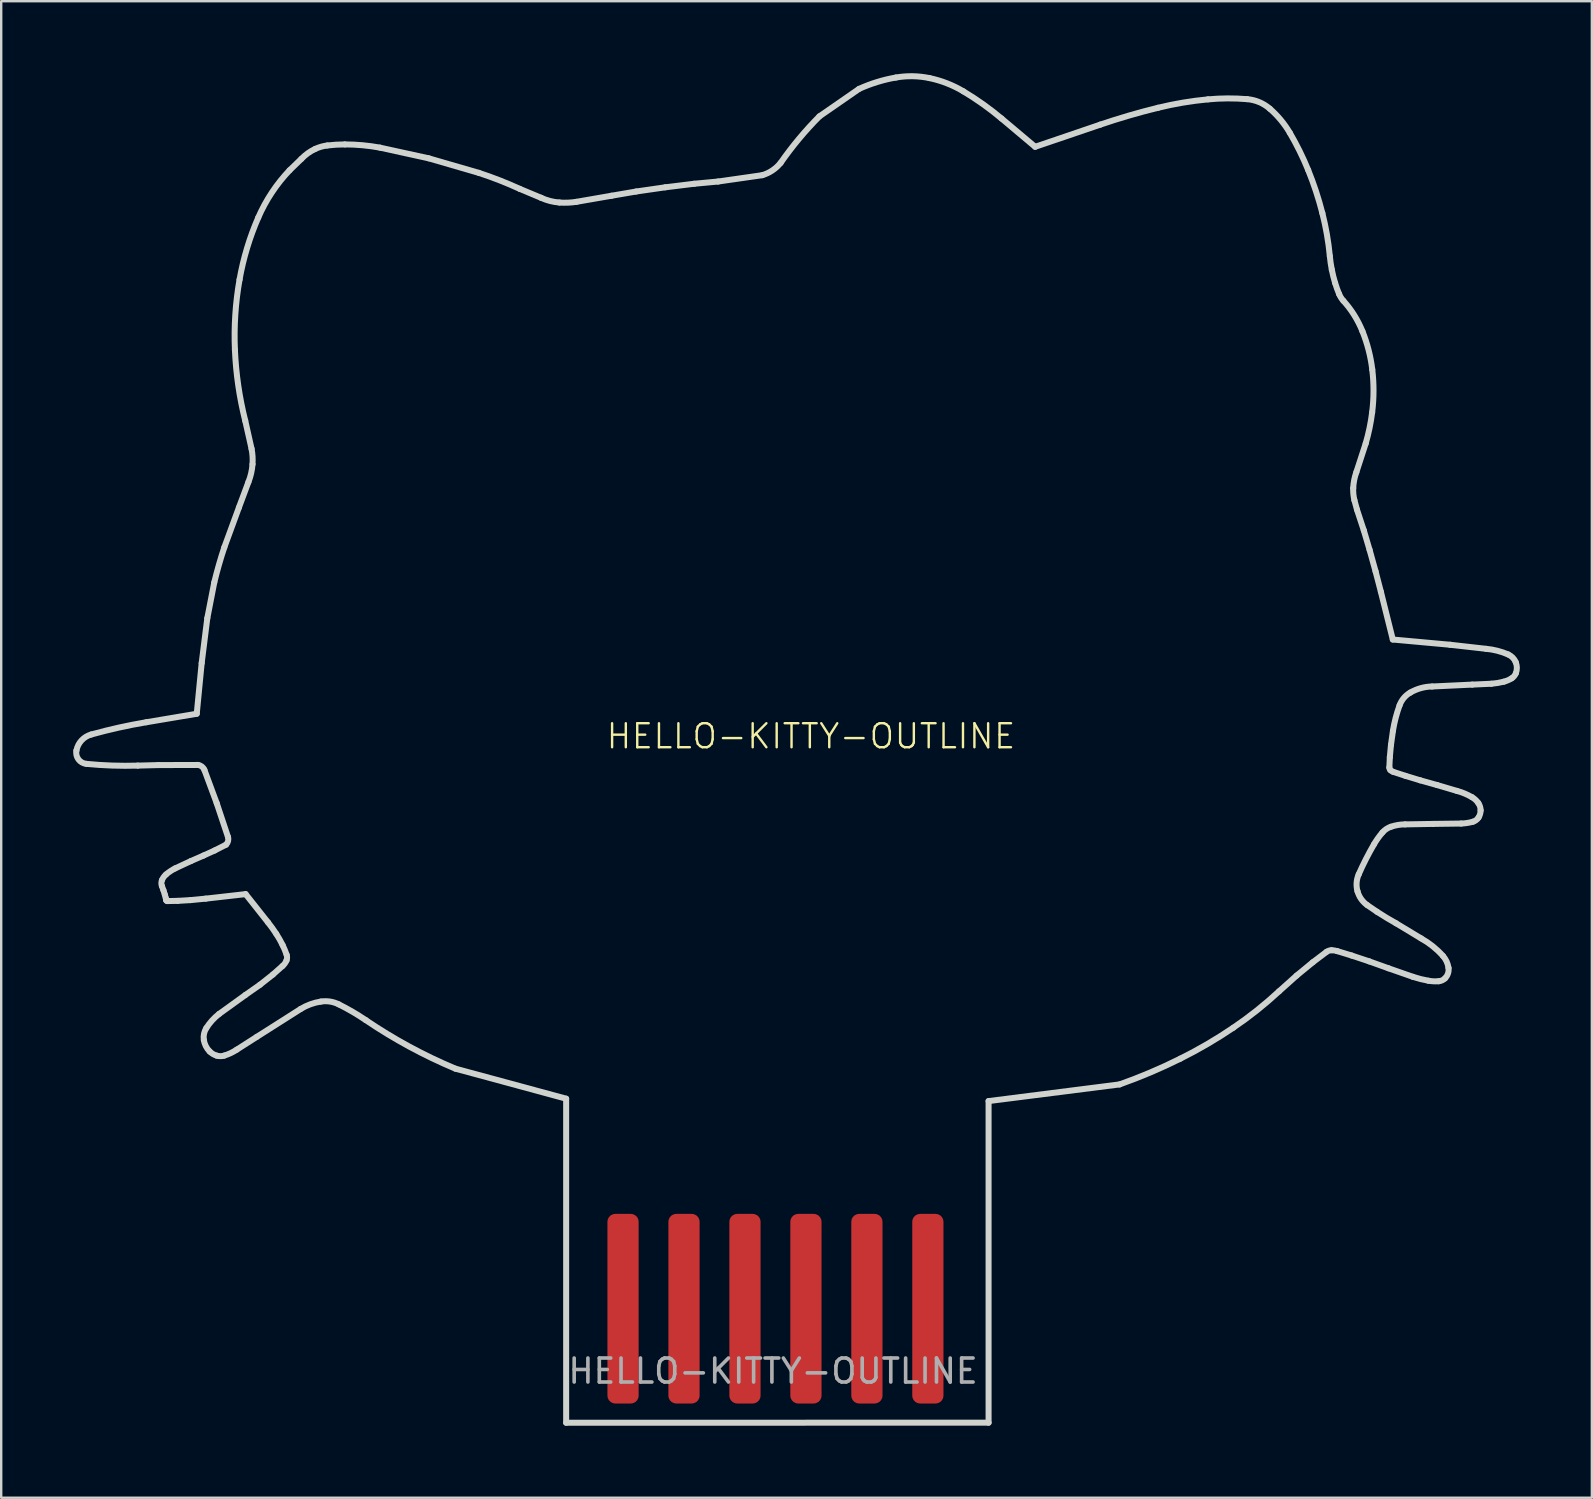
<source format=kicad_pcb>
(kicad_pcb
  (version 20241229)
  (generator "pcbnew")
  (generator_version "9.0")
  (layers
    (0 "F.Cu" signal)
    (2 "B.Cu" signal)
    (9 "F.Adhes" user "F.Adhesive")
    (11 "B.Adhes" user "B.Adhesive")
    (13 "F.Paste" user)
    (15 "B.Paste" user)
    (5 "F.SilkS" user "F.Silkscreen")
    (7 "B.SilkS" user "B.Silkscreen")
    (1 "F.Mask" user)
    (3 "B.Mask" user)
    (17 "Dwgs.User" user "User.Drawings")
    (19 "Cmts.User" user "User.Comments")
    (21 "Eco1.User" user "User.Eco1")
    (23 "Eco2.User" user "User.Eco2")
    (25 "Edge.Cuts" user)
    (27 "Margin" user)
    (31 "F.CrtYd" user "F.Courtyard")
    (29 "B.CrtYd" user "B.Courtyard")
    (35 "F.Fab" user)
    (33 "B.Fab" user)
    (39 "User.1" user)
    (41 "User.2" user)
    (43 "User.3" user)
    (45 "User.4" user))
  (footprint "HELLO-KITTY-OUTLINE"
    (layer "F.Cu")
    (at 30.738 28.125)
    (property "Reference" "HELLO-KITTY-OUTLINE" (at 0 -0.5 0) (unlocked yes) (layer "F.SilkS") (effects (font (size 1 1) (thickness 0.1))))
    (attr smd)
    (fp_line (start -28.047 0.723) (end -27.19 0.701) (stroke (width 0.25) (type default)) (layer "Edge.Cuts"))
    (fp_line (start -27.19 0.701) (end -25.54 0.696) (stroke (width 0.25) (type default)) (layer "Edge.Cuts"))
    (fp_line (start -27.043 5.739) (end -26.977 5.92) (stroke (width 0.25) (type default)) (layer "Edge.Cuts"))
    (fp_line (start -26.977 5.92) (end -26.922 6.094) (stroke (width 0.25) (type default)) (layer "Edge.Cuts"))
    (fp_line (start -26.922 6.094) (end -26.881 6.242) (stroke (width 0.25) (type default)) (layer "Edge.Cuts"))
    (fp_line (start -26.822 6.367) (end -26.384 6.358) (stroke (width 0.25) (type default)) (layer "Edge.Cuts"))
    (fp_line (start -26.384 6.358) (end -25.849 6.327) (stroke (width 0.25) (type default)) (layer "Edge.Cuts"))
    (fp_line (start -25.849 6.327) (end -25.213 6.265) (stroke (width 0.25) (type default)) (layer "Edge.Cuts"))
    (fp_line (start -25.839 4.702) (end -26.495 5.008) (stroke (width 0.25) (type default)) (layer "Edge.Cuts"))
    (fp_line (start -25.591 -1.437) (end -27.694 -1.083) (stroke (width 0.25) (type default)) (layer "Edge.Cuts"))
    (fp_line (start -25.385 -3.553) (end -25.591 -1.437) (stroke (width 0.25) (type default)) (layer "Edge.Cuts"))
    (fp_line (start -25.306 4.469) (end -25.839 4.702) (stroke (width 0.25) (type default)) (layer "Edge.Cuts"))
    (fp_line (start -25.271 0.906) (end -24.759 2.288) (stroke (width 0.25) (type default)) (layer "Edge.Cuts"))
    (fp_line (start -25.213 6.265) (end -23.554 6.077) (stroke (width 0.25) (type default)) (layer "Edge.Cuts"))
    (fp_line (start -25.151 -5.419) (end -25.385 -3.553) (stroke (width 0.25) (type default)) (layer "Edge.Cuts"))
    (fp_line (start -24.86 -6.912) (end -25.151 -5.419) (stroke (width 0.25) (type default)) (layer "Edge.Cuts"))
    (fp_line (start -24.841 4.258) (end -25.306 4.469) (stroke (width 0.25) (type default)) (layer "Edge.Cuts"))
    (fp_line (start -24.759 2.288) (end -24.291 3.692) (stroke (width 0.25) (type default)) (layer "Edge.Cuts"))
    (fp_line (start -24.371 4.018) (end -24.841 4.258) (stroke (width 0.25) (type default)) (layer "Edge.Cuts"))
    (fp_line (start -23.926 12.559) (end -23.094 12.027) (stroke (width 0.25) (type default)) (layer "Edge.Cuts"))
    (fp_line (start -23.834 -10.03) (end -24.441 -8.374) (stroke (width 0.25) (type default)) (layer "Edge.Cuts"))
    (fp_line (start -23.57 -13.645) (end -23.307 -12.477) (stroke (width 0.25) (type default)) (layer "Edge.Cuts"))
    (fp_line (start -23.565 10.28) (end -24.661 11.071) (stroke (width 0.25) (type default)) (layer "Edge.Cuts"))
    (fp_line (start -23.554 6.077) (end -22.624 7.252) (stroke (width 0.25) (type default)) (layer "Edge.Cuts"))
    (fp_line (start -23.439 -11.089) (end -23.834 -10.03) (stroke (width 0.25) (type default)) (layer "Edge.Cuts"))
    (fp_line (start -23.094 12.027) (end -21.261 10.862) (stroke (width 0.25) (type default)) (layer "Edge.Cuts"))
    (fp_line (start -22.957 9.854) (end -23.565 10.28) (stroke (width 0.25) (type default)) (layer "Edge.Cuts"))
    (fp_line (start -22.419 9.429) (end -22.957 9.854) (stroke (width 0.25) (type default)) (layer "Edge.Cuts"))
    (fp_line (start -22.018 9.072) (end -22.419 9.429) (stroke (width 0.25) (type default)) (layer "Edge.Cuts"))
    (fp_line (start -21.235 -24.552) (end -21.723 -24.08) (stroke (width 0.25) (type default)) (layer "Edge.Cuts"))
    (fp_line (start -15.927 -24.579) (end -17.959 -25.024) (stroke (width 0.25) (type default)) (layer "Edge.Cuts"))
    (fp_line (start -14.813 13.35) (end -10.2 14.6) (stroke (width 0.25) (type default)) (layer "Edge.Cuts"))
    (fp_line (start -13.836 -23.972) (end -15.927 -24.579) (stroke (width 0.25) (type default)) (layer "Edge.Cuts"))
    (fp_line (start -11.244 -22.934) (end -12.131 -23.305) (stroke (width 0.25) (type default)) (layer "Edge.Cuts"))
    (fp_line (start -10.2 14.6) (end -10.2 28.101) (stroke (width 0.25) (type default)) (layer "Edge.Cuts"))
    (fp_line (start -10.2 28.101) (end 7.4 28.099) (stroke (width 0.25) (type default)) (layer "Edge.Cuts"))
    (fp_line (start -8.308 -23.02) (end -9.773 -22.766) (stroke (width 0.25) (type default)) (layer "Edge.Cuts"))
    (fp_line (start -7.284 -23.196) (end -8.308 -23.02) (stroke (width 0.25) (type default)) (layer "Edge.Cuts"))
    (fp_line (start -6.071 -23.371) (end -7.284 -23.196) (stroke (width 0.25) (type default)) (layer "Edge.Cuts"))
    (fp_line (start -4.865 -23.519) (end -6.071 -23.371) (stroke (width 0.25) (type default)) (layer "Edge.Cuts"))
    (fp_line (start -3.868 -23.612) (end -4.865 -23.519) (stroke (width 0.25) (type default)) (layer "Edge.Cuts"))
    (fp_line (start -3.868 -23.612) (end -2.028 -23.876) (stroke (width 0.25) (type default)) (layer "Edge.Cuts"))
    (fp_line (start 0.352 -26.327) (end 2.006 -27.473) (stroke (width 0.25) (type default)) (layer "Edge.Cuts"))
    (fp_line (start 7.4 14.7) (end 7.4 28.1) (stroke (width 0.25) (type default)) (layer "Edge.Cuts"))
    (fp_line (start 9.34 -25.059) (end 7.941 -26.236) (stroke (width 0.25) (type default)) (layer "Edge.Cuts"))
    (fp_line (start 12.055 -25.983) (end 9.34 -25.059) (stroke (width 0.25) (type default)) (layer "Edge.Cuts"))
    (fp_line (start 12.858 14.006) (end 7.4 14.7) (stroke (width 0.25) (type default)) (layer "Edge.Cuts"))
    (fp_line (start 19.501 10.128) (end 20.233 9.472) (stroke (width 0.25) (type default)) (layer "Edge.Cuts"))
    (fp_line (start 20.233 9.472) (end 20.905 8.919) (stroke (width 0.25) (type default)) (layer "Edge.Cuts"))
    (fp_line (start 20.905 8.919) (end 21.479 8.484) (stroke (width 0.25) (type default)) (layer "Edge.Cuts"))
    (fp_line (start 21.926 8.452) (end 22.528 8.636) (stroke (width 0.25) (type default)) (layer "Edge.Cuts"))
    (fp_line (start 22.528 8.636) (end 23.259 8.879) (stroke (width 0.25) (type default)) (layer "Edge.Cuts"))
    (fp_line (start 22.723 -11.504) (end 23.112 -12.699) (stroke (width 0.25) (type default)) (layer "Edge.Cuts"))
    (fp_line (start 23.033 -9.078) (end 22.748 -9.943) (stroke (width 0.25) (type default)) (layer "Edge.Cuts"))
    (fp_line (start 23.259 8.879) (end 24.06 9.167) (stroke (width 0.25) (type default)) (layer "Edge.Cuts"))
    (fp_line (start 23.275 -8.263) (end 23.033 -9.078) (stroke (width 0.25) (type default)) (layer "Edge.Cuts"))
    (fp_line (start 23.524 -7.368) (end 23.275 -8.263) (stroke (width 0.25) (type default)) (layer "Edge.Cuts"))
    (fp_line (start 23.586 6.814) (end 23.177 6.536) (stroke (width 0.25) (type default)) (layer "Edge.Cuts"))
    (fp_line (start 23.744 -6.522) (end 23.524 -7.368) (stroke (width 0.25) (type default)) (layer "Edge.Cuts"))
    (fp_line (start 24.06 9.167) (end 25.076 9.522) (stroke (width 0.25) (type default)) (layer "Edge.Cuts"))
    (fp_line (start 24.098 0.795) (end 24.117 0.376) (stroke (width 0.25) (type default)) (layer "Edge.Cuts"))
    (fp_line (start 24.117 0.376) (end 24.165 -0.14) (stroke (width 0.25) (type default)) (layer "Edge.Cuts"))
    (fp_line (start 24.165 -0.14) (end 24.247 -0.725) (stroke (width 0.25) (type default)) (layer "Edge.Cuts"))
    (fp_line (start 24.241 -4.53) (end 23.744 -6.522) (stroke (width 0.25) (type default)) (layer "Edge.Cuts"))
    (fp_line (start 24.753 3.172) (end 25.925 3.152) (stroke (width 0.25) (type default)) (layer "Edge.Cuts"))
    (fp_line (start 24.768 1.149) (end 24.252 0.98) (stroke (width 0.25) (type default)) (layer "Edge.Cuts"))
    (fp_line (start 25.383 1.336) (end 24.768 1.149) (stroke (width 0.25) (type default)) (layer "Edge.Cuts"))
    (fp_line (start 25.42 7.922) (end 24.372 7.289) (stroke (width 0.25) (type default)) (layer "Edge.Cuts"))
    (fp_line (start 25.881 -2.573) (end 27.553 -2.652) (stroke (width 0.25) (type default)) (layer "Edge.Cuts"))
    (fp_line (start 25.925 3.152) (end 27.088 3.137) (stroke (width 0.25) (type default)) (layer "Edge.Cuts"))
    (fp_line (start 26.087 1.533) (end 25.383 1.336) (stroke (width 0.25) (type default)) (layer "Edge.Cuts"))
    (fp_line (start 26.63 -4.312) (end 24.241 -4.53) (stroke (width 0.25) (type default)) (layer "Edge.Cuts"))
    (fp_line (start 26.913 1.777) (end 26.087 1.533) (stroke (width 0.25) (type default)) (layer "Edge.Cuts"))
    (fp_line (start 27.553 -2.652) (end 28.349 -2.688) (stroke (width 0.25) (type default)) (layer "Edge.Cuts"))
    (fp_line (start 28.127 -4.143) (end 26.63 -4.312) (stroke (width 0.25) (type default)) (layer "Edge.Cuts"))
    (fp_arc (start -30.604343 0.093803) (mid -30.390997 -0.326945) (end -29.988346 -0.572743) (stroke (width 0.25) (type default)) (layer "Edge.Cuts"))
    (fp_arc (start -30.190135 0.65016) (mid -30.520244 0.463559) (end -30.604343 0.093803) (stroke (width 0.25) (type default)) (layer "Edge.Cuts"))
    (fp_arc (start -29.988346 -0.572743) (mid -28.847969 -0.858102) (end -27.694228 -1.083422) (stroke (width 0.25) (type default)) (layer "Edge.Cuts"))
    (fp_arc (start -28.046533 0.723104) (mid -29.119506 0.721083) (end -30.190135 0.65016) (stroke (width 0.25) (type default)) (layer "Edge.Cuts"))
    (fp_arc (start -27.042804 5.738686) (mid -27.064781 5.616567) (end -27.04012 5.494961) (stroke (width 0.25) (type default)) (layer "Edge.Cuts"))
    (fp_arc (start -27.04012 5.494961) (mid -26.96928 5.367218) (end -26.870588 5.259531) (stroke (width 0.25) (type default)) (layer "Edge.Cuts"))
    (fp_arc (start -26.880738 6.242234) (mid -26.873517 6.280453) (end -26.871094 6.319273) (stroke (width 0.25) (type default)) (layer "Edge.Cuts"))
    (fp_arc (start -26.870588 5.259531) (mid -26.690244 5.122227) (end -26.49462 5.007738) (stroke (width 0.25) (type default)) (layer "Edge.Cuts"))
    (fp_arc (start -26.822194 6.367144) (mid -26.856691 6.353471) (end -26.871094 6.319273) (stroke (width 0.25) (type default)) (layer "Edge.Cuts"))
    (fp_arc (start -25.539799 0.695542) (mid -25.375408 0.762942) (end -25.270684 0.906469) (stroke (width 0.25) (type default)) (layer "Edge.Cuts"))
    (fp_arc (start -25.294881 12.155831) (mid -25.288689 11.897237) (end -25.191864 11.657375) (stroke (width 0.25) (type default)) (layer "Edge.Cuts"))
    (fp_arc (start -25.191864 11.657375) (mid -24.951735 11.341136) (end -24.661088 11.070593) (stroke (width 0.25) (type default)) (layer "Edge.Cuts"))
    (fp_arc (start -25.052166 12.632846) (mid -25.211366 12.413594) (end -25.294881 12.155831) (stroke (width 0.25) (type default)) (layer "Edge.Cuts"))
    (fp_arc (start -24.859658 -6.9119) (mid -24.666004 -7.647317) (end -24.440782 -8.373688) (stroke (width 0.25) (type default)) (layer "Edge.Cuts"))
    (fp_arc (start -24.761376 12.806179) (mid -24.917564 12.73762) (end -25.052166 12.632846) (stroke (width 0.25) (type default)) (layer "Edge.Cuts"))
    (fp_arc (start -24.443333 12.80454) (mid -24.602233 12.828977) (end -24.761376 12.806179) (stroke (width 0.25) (type default)) (layer "Edge.Cuts"))
    (fp_arc (start -24.290619 3.691696) (mid -24.284854 3.866223) (end -24.37051 4.018393) (stroke (width 0.25) (type default)) (layer "Edge.Cuts"))
    (fp_arc (start -24.000986 -16.608196) (mid -23.983591 -18.073399) (end -23.807037 -19.528029) (stroke (width 0.25) (type default)) (layer "Edge.Cuts"))
    (fp_arc (start -23.925962 12.559112) (mid -24.175859 12.700353) (end -24.443333 12.80454) (stroke (width 0.25) (type default)) (layer "Edge.Cuts"))
    (fp_arc (start -23.807037 -19.528029) (mid -23.493293 -20.843193) (end -23.02705 -22.11233) (stroke (width 0.25) (type default)) (layer "Edge.Cuts"))
    (fp_arc (start -23.570294 -13.645179) (mid -23.861083 -15.115721) (end -24.000986 -16.608196) (stroke (width 0.25) (type default)) (layer "Edge.Cuts"))
    (fp_arc (start -23.307256 -12.477049) (mid -23.265514 -12.156466) (end -23.267261 -11.833181) (stroke (width 0.25) (type default)) (layer "Edge.Cuts"))
    (fp_arc (start -23.267261 -11.833181) (mid -23.32436 -11.454431) (end -23.438688 -11.088862) (stroke (width 0.25) (type default)) (layer "Edge.Cuts"))
    (fp_arc (start -23.02705 -22.11233) (mid -22.460888 -23.153322) (end -21.72285 -24.080417) (stroke (width 0.25) (type default)) (layer "Edge.Cuts"))
    (fp_arc (start -22.623581 7.252035) (mid -22.445576 7.487913) (end -22.278795 7.731856) (stroke (width 0.25) (type default)) (layer "Edge.Cuts"))
    (fp_arc (start -22.278795 7.731856) (mid -22.138494 7.96288) (end -22.012553 8.202036) (stroke (width 0.25) (type default)) (layer "Edge.Cuts"))
    (fp_arc (start -22.012553 8.202036) (mid -21.922844 8.401412) (end -21.845813 8.606021) (stroke (width 0.25) (type default)) (layer "Edge.Cuts"))
    (fp_arc (start -21.850154 8.836281) (mid -21.919192 8.965021) (end -22.01815 9.07248) (stroke (width 0.25) (type default)) (layer "Edge.Cuts"))
    (fp_arc (start -21.845813 8.606021) (mid -21.827771 8.721532) (end -21.850154 8.836281) (stroke (width 0.25) (type default)) (layer "Edge.Cuts"))
    (fp_arc (start -21.26132 10.861651) (mid -20.854477 10.665954) (end -20.41719 10.553713) (stroke (width 0.25) (type default)) (layer "Edge.Cuts"))
    (fp_arc (start -21.234558 -24.552312) (mid -20.964356 -24.788279) (end -20.655038 -24.969972) (stroke (width 0.25) (type default)) (layer "Edge.Cuts"))
    (fp_arc (start -20.655038 -24.969972) (mid -20.409499 -25.061926) (end -20.15251 -25.113899) (stroke (width 0.25) (type default)) (layer "Edge.Cuts"))
    (fp_arc (start -20.41719 10.553713) (mid -20.037482 10.553972) (end -19.675577 10.668877) (stroke (width 0.25) (type default)) (layer "Edge.Cuts"))
    (fp_arc (start -20.152511 -25.113904) (mid -19.787318 -25.146902) (end -19.420803 -25.157911) (stroke (width 0.25) (type default)) (layer "Edge.Cuts"))
    (fp_arc (start -19.675577 10.668877) (mid -19.100312 10.979156) (end -18.54738 11.32768) (stroke (width 0.25) (type default)) (layer "Edge.Cuts"))
    (fp_arc (start -19.420803 -25.157911) (mid -18.686724 -25.124429) (end -17.95874 -25.024266) (stroke (width 0.25) (type default)) (layer "Edge.Cuts"))
    (fp_arc (start -14.812934 13.350275) (mid -16.730719 12.432334) (end -18.54738 11.32768) (stroke (width 0.25) (type default)) (layer "Edge.Cuts"))
    (fp_arc (start -13.835912 -23.972108) (mid -12.974244 -23.662821) (end -12.131408 -23.305391) (stroke (width 0.25) (type default)) (layer "Edge.Cuts"))
    (fp_arc (start -10.481076 -22.737107) (mid -10.87144 -22.801374) (end -11.244339 -22.933514) (stroke (width 0.25) (type default)) (layer "Edge.Cuts"))
    (fp_arc (start -9.772786 -22.766034) (mid -10.126096 -22.731137) (end -10.481076 -22.737107) (stroke (width 0.25) (type default)) (layer "Edge.Cuts"))
    (fp_arc (start -1.264029 -24.388559) (mid -1.607067 -24.074424) (end -2.027846 -23.876181) (stroke (width 0.25) (type default)) (layer "Edge.Cuts"))
    (fp_arc (start -1.264028 -24.388558) (mid -0.498179 -25.393103) (end 0.35239 -26.327002) (stroke (width 0.25) (type default)) (layer "Edge.Cuts"))
    (fp_arc (start 2.005545 -27.472511) (mid 2.756703 -27.757606) (end 3.537985 -27.944996) (stroke (width 0.25) (type default)) (layer "Edge.Cuts"))
    (fp_arc (start 3.537985 -27.944996) (mid 4.239088 -27.999249) (end 4.9379 -27.920816) (stroke (width 0.25) (type default)) (layer "Edge.Cuts"))
    (fp_arc (start 4.9379 -27.920816) (mid 5.66932 -27.702856) (end 6.354449 -27.366581) (stroke (width 0.25) (type default)) (layer "Edge.Cuts"))
    (fp_arc (start 6.354449 -27.366581) (mid 7.170063 -26.833025) (end 7.94079 -26.236462) (stroke (width 0.25) (type default)) (layer "Edge.Cuts"))
    (fp_arc (start 12.055103 -25.983029) (mid 13.250265 -26.360463) (end 14.460863 -26.684994) (stroke (width 0.25) (type default)) (layer "Edge.Cuts"))
    (fp_arc (start 14.460863 -26.684994) (mid 15.494475 -26.898053) (end 16.540912 -27.03487) (stroke (width 0.25) (type default)) (layer "Edge.Cuts"))
    (fp_arc (start 15.38862 12.932876) (mid 14.139717 13.50814) (end 12.857895 14.005756) (stroke (width 0.25) (type default)) (layer "Edge.Cuts"))
    (fp_arc (start 16.540912 -27.03487) (mid 17.357347 -27.075177) (end 18.174162 -27.043498) (stroke (width 0.25) (type default)) (layer "Edge.Cuts"))
    (fp_arc (start 17.593994 11.644323) (mid 16.512726 12.325258) (end 15.38862 12.932876) (stroke (width 0.25) (type default)) (layer "Edge.Cuts"))
    (fp_arc (start 18.174162 -27.043498) (mid 18.678204 -26.91944) (end 19.118454 -26.644438) (stroke (width 0.25) (type default)) (layer "Edge.Cuts"))
    (fp_arc (start 19.118454 -26.644438) (mid 19.575406 -26.176016) (end 19.950889 -25.640071) (stroke (width 0.25) (type default)) (layer "Edge.Cuts"))
    (fp_arc (start 19.500992 10.12801) (mid 18.576512 10.922662) (end 17.593994 11.644323) (stroke (width 0.25) (type default)) (layer "Edge.Cuts"))
    (fp_arc (start 19.950889 -25.640071) (mid 20.360779 -24.879468) (end 20.715012 -24.091404) (stroke (width 0.25) (type default)) (layer "Edge.Cuts"))
    (fp_arc (start 20.715012 -24.091404) (mid 21.04148 -23.20316) (end 21.306305 -22.29463) (stroke (width 0.25) (type default)) (layer "Edge.Cuts"))
    (fp_arc (start 21.306305 -22.29463) (mid 21.496449 -21.405487) (end 21.617361 -20.504315) (stroke (width 0.25) (type default)) (layer "Edge.Cuts"))
    (fp_arc (start 21.479344 8.484419) (mid 21.579104 8.433371) (end 21.689779 8.415796) (stroke (width 0.25) (type default)) (layer "Edge.Cuts"))
    (fp_arc (start 21.689779 8.415796) (mid 21.809388 8.424926) (end 21.926222 8.452126) (stroke (width 0.25) (type default)) (layer "Edge.Cuts"))
    (fp_arc (start 21.699459 -19.940323) (mid 21.651381 -20.221296) (end 21.617361 -20.504315) (stroke (width 0.25) (type default)) (layer "Edge.Cuts"))
    (fp_arc (start 21.83719 -19.388092) (mid 21.761416 -19.662484) (end 21.699459 -19.940323) (stroke (width 0.25) (type default)) (layer "Edge.Cuts"))
    (fp_arc (start 22.005776 -18.920556) (mid 21.915449 -19.152148) (end 21.83719 -19.388092) (stroke (width 0.25) (type default)) (layer "Edge.Cuts"))
    (fp_arc (start 22.181405 -18.644503) (mid 22.081902 -18.775094) (end 22.005776 -18.920556) (stroke (width 0.25) (type default)) (layer "Edge.Cuts"))
    (fp_arc (start 22.181405 -18.644503) (mid 22.634231 -18.045651) (end 22.975049 -17.376683) (stroke (width 0.25) (type default)) (layer "Edge.Cuts"))
    (fp_arc (start 22.591882 -10.836253) (mid 22.632206 -11.175288) (end 22.723212 -11.50436) (stroke (width 0.25) (type default)) (layer "Edge.Cuts"))
    (fp_arc (start 22.640871 -10.335795) (mid 22.598806 -10.584304) (end 22.591882 -10.836253) (stroke (width 0.25) (type default)) (layer "Edge.Cuts"))
    (fp_arc (start 22.748404 -9.942705) (mid 22.69177 -10.138466) (end 22.640871 -10.335795) (stroke (width 0.25) (type default)) (layer "Edge.Cuts"))
    (fp_arc (start 22.769871 5.957566) (mid 22.734045 5.601565) (end 22.820293 5.254316) (stroke (width 0.25) (type default)) (layer "Edge.Cuts"))
    (fp_arc (start 22.820293 5.254316) (mid 23.120673 4.621197) (end 23.455667 4.005691) (stroke (width 0.25) (type default)) (layer "Edge.Cuts"))
    (fp_arc (start 22.975049 -17.376683) (mid 23.233263 -16.590033) (end 23.385872 -15.776275) (stroke (width 0.25) (type default)) (layer "Edge.Cuts"))
    (fp_arc (start 23.17703 6.536272) (mid 22.923636 6.281967) (end 22.769871 5.957566) (stroke (width 0.25) (type default)) (layer "Edge.Cuts"))
    (fp_arc (start 23.381472 -13.998949) (mid 23.272792 -13.343617) (end 23.11223 -12.69903) (stroke (width 0.25) (type default)) (layer "Edge.Cuts"))
    (fp_arc (start 23.385872 -15.776275) (mid 23.437933 -14.887478) (end 23.381472 -13.998949) (stroke (width 0.25) (type default)) (layer "Edge.Cuts"))
    (fp_arc (start 23.455667 4.005691) (mid 23.621229 3.748839) (end 23.809891 3.508442) (stroke (width 0.25) (type default)) (layer "Edge.Cuts"))
    (fp_arc (start 23.809891 3.508442) (mid 23.96868 3.36707) (end 24.158775 3.27187) (stroke (width 0.25) (type default)) (layer "Edge.Cuts"))
    (fp_arc (start 24.141117 0.91112) (mid 24.106811 0.857764) (end 24.097674 0.794985) (stroke (width 0.25) (type default)) (layer "Edge.Cuts"))
    (fp_arc (start 24.158775 3.27187) (mid 24.451904 3.197145) (end 24.753356 3.171945) (stroke (width 0.25) (type default)) (layer "Edge.Cuts"))
    (fp_arc (start 24.247335 -0.725246) (mid 24.359959 -1.264042) (end 24.523928 -1.789494) (stroke (width 0.25) (type default)) (layer "Edge.Cuts"))
    (fp_arc (start 24.252126 0.979899) (mid 24.192633 0.951945) (end 24.141117 0.91112) (stroke (width 0.25) (type default)) (layer "Edge.Cuts"))
    (fp_arc (start 24.371961 7.289329) (mid 23.974633 7.058841) (end 23.585694 6.814462) (stroke (width 0.25) (type default)) (layer "Edge.Cuts"))
    (fp_arc (start 24.523928 -1.789494) (mid 24.698751 -2.092181) (end 24.965897 -2.317601) (stroke (width 0.25) (type default)) (layer "Edge.Cuts"))
    (fp_arc (start 24.965897 -2.317601) (mid 25.406963 -2.504137) (end 25.880851 -2.573158) (stroke (width 0.25) (type default)) (layer "Edge.Cuts"))
    (fp_arc (start 25.420008 7.922299) (mid 25.905711 8.248752) (end 26.330147 8.651657) (stroke (width 0.25) (type default)) (layer "Edge.Cuts"))
    (fp_arc (start 25.722025 9.685211) (mid 25.396094 9.615221) (end 25.075971 9.522212) (stroke (width 0.25) (type default)) (layer "Edge.Cuts"))
    (fp_arc (start 26.150784 9.707286) (mid 25.935716 9.70961) (end 25.722025 9.685211) (stroke (width 0.25) (type default)) (layer "Edge.Cuts"))
    (fp_arc (start 26.330144 8.651659) (mid 26.482667 8.883761) (end 26.56184 9.149969) (stroke (width 0.25) (type default)) (layer "Edge.Cuts"))
    (fp_arc (start 26.416899 9.585496) (mid 26.294809 9.670359) (end 26.150784 9.707286) (stroke (width 0.25) (type default)) (layer "Edge.Cuts"))
    (fp_arc (start 26.56184 9.149969) (mid 26.540845 9.384866) (end 26.416899 9.585496) (stroke (width 0.25) (type default)) (layer "Edge.Cuts"))
    (fp_arc (start 26.912975 1.776772) (mid 27.234342 1.886606) (end 27.538525 2.037643) (stroke (width 0.25) (type default)) (layer "Edge.Cuts"))
    (fp_arc (start 27.538525 2.037643) (mid 27.684505 2.145329) (end 27.803737 2.28204) (stroke (width 0.25) (type default)) (layer "Edge.Cuts"))
    (fp_arc (start 27.57981 3.060641) (mid 27.336267 3.11403) (end 27.087955 3.136505) (stroke (width 0.25) (type default)) (layer "Edge.Cuts"))
    (fp_arc (start 27.803737 2.28204) (mid 27.875047 2.427355) (end 27.899574 2.587357) (stroke (width 0.25) (type default)) (layer "Edge.Cuts"))
    (fp_arc (start 27.811056 2.888793) (mid 27.711093 2.995787) (end 27.57981 3.060641) (stroke (width 0.25) (type default)) (layer "Edge.Cuts"))
    (fp_arc (start 27.899574 2.587357) (mid 27.876997 2.744443) (end 27.811056 2.888793) (stroke (width 0.25) (type default)) (layer "Edge.Cuts"))
    (fp_arc (start 28.126967 -4.142992) (mid 28.595603 -4.062357) (end 29.04561 -3.908683) (stroke (width 0.25) (type default)) (layer "Edge.Cuts"))
    (fp_arc (start 28.868263 -2.773956) (mid 28.610845 -2.719155) (end 28.349498 -2.688094) (stroke (width 0.25) (type default)) (layer "Edge.Cuts"))
    (fp_arc (start 29.04561 -3.908683) (mid 29.23633 -3.777727) (end 29.363631 -3.584549) (stroke (width 0.25) (type default)) (layer "Edge.Cuts"))
    (fp_arc (start 29.195495 -2.91554) (mid 29.037299 -2.832223) (end 28.868263 -2.773956) (stroke (width 0.25) (type default)) (layer "Edge.Cuts"))
    (fp_arc (start 29.363631 -3.584549) (mid 29.410039 -3.356032) (end 29.368898 -3.126508) (stroke (width 0.25) (type default)) (layer "Edge.Cuts"))
    (fp_arc (start 29.368898 -3.126508) (mid 29.299314 -3.006955) (end 29.195495 -2.91554) (stroke (width 0.25) (type default)) (layer "Edge.Cuts"))
    (fp_text user "${REFERENCE}" (at -1.58 25.95 0) (unlocked yes) (layer "F.Fab") (effects (font (size 1 1) (thickness 0.15))))
    (pad "1" smd roundrect (at -7.83 23.35 180) (size 1.3 7.9) (layers "F.Cu" "F.Mask" "F.Paste") (roundrect_rratio 0.25))
    (pad "2" smd roundrect (at -5.29 23.35 180) (size 1.3 7.9) (layers "F.Cu" "F.Mask" "F.Paste") (roundrect_rratio 0.25))
    (pad "3" smd roundrect (at -2.75 23.35 180) (size 1.3 7.9) (layers "F.Cu" "F.Mask" "F.Paste") (roundrect_rratio 0.25))
    (pad "4" smd roundrect (at -0.21 23.35 180) (size 1.3 7.9) (layers "F.Cu" "F.Mask" "F.Paste") (roundrect_rratio 0.25))
    (pad "5" smd roundrect (at 2.33 23.35 180) (size 1.3 7.9) (layers "F.Cu" "F.Mask" "F.Paste") (roundrect_rratio 0.25))
    (pad "6" smd roundrect (at 4.87 23.35 180) (size 1.3 7.9) (layers "F.Cu" "F.Mask" "F.Paste") (roundrect_rratio 0.25)))
  (gr_rect
    (start -3 -3)
    (end 63.273 59.351)
    (stroke (width 0.1) (type default))
    (fill no)
    (layer "Edge.Cuts")))
</source>
